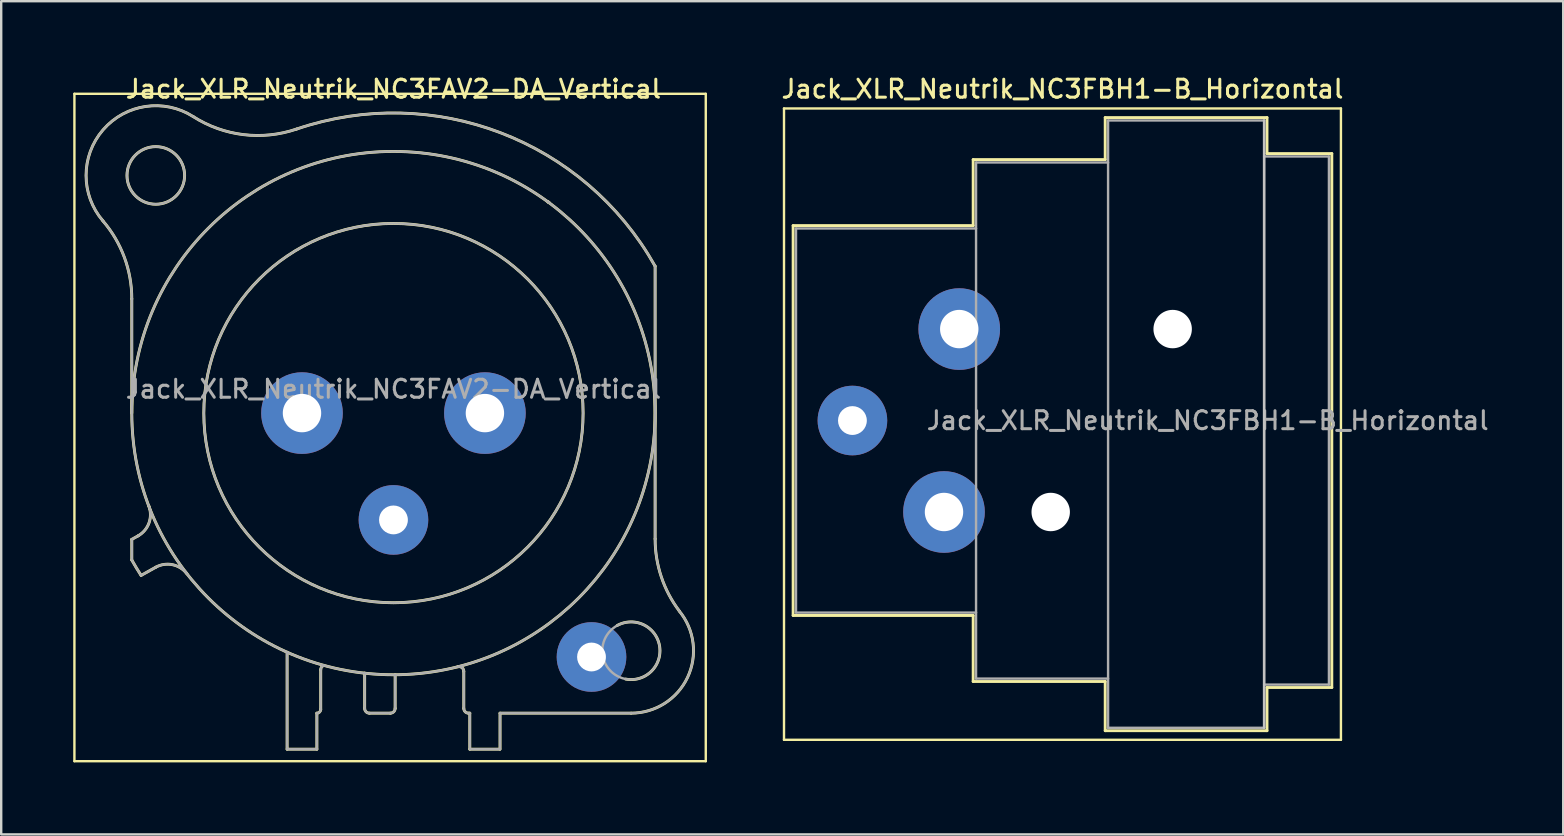
<source format=kicad_pcb>
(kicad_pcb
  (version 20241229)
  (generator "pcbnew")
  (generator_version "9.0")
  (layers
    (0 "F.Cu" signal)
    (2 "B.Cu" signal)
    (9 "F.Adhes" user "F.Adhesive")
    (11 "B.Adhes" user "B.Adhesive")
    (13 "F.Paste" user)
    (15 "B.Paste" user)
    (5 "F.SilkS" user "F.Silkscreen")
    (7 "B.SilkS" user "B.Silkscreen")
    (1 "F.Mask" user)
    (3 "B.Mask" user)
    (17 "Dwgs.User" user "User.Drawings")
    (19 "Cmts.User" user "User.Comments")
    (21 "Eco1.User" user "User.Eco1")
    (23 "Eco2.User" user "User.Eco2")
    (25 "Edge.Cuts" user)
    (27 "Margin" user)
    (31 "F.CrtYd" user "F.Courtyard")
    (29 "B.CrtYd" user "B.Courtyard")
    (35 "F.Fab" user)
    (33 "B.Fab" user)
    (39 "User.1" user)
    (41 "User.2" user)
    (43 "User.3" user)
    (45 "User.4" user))
  (footprint "Jack_XLR_Neutrik_NC3FBH1-B_Horizontal"
    (layer "F.Cu")
    (at 36.909 10.658)
    (property "Reference" "Jack_XLR_Neutrik_NC3FBH1-B_Horizontal" (at 4.3 -10 0) (layer "F.SilkS") (effects (font (size 0.75 0.75) (thickness 0.125))))
    (attr through_hole)
    (fp_line (start -7.3 -9.19) (end -7.3 17.11) (stroke (width 0.1) (type solid)) (layer "F.SilkS"))
    (fp_line (start -6.92 -4.31) (end -6.92 11.93) (stroke (width 0.12) (type solid)) (layer "F.SilkS"))
    (fp_line (start 0.58 -7.06) (end 0.58 -4.31) (stroke (width 0.12) (type solid)) (layer "F.SilkS"))
    (fp_line (start 0.58 -4.31) (end -6.92 -4.31) (stroke (width 0.12) (type solid)) (layer "F.SilkS"))
    (fp_line (start 0.58 11.93) (end -6.92 11.93) (stroke (width 0.12) (type solid)) (layer "F.SilkS"))
    (fp_line (start 0.58 11.93) (end 0.58 14.68) (stroke (width 0.12) (type solid)) (layer "F.SilkS"))
    (fp_line (start 6.08 -7.06) (end 0.58 -7.06) (stroke (width 0.12) (type solid)) (layer "F.SilkS"))
    (fp_line (start 6.08 -7.06) (end 6.08 -8.81) (stroke (width 0.12) (type solid)) (layer "F.SilkS"))
    (fp_line (start 6.08 14.68) (end 0.58 14.68) (stroke (width 0.12) (type solid)) (layer "F.SilkS"))
    (fp_line (start 6.08 16.73) (end 6.08 14.68) (stroke (width 0.12) (type solid)) (layer "F.SilkS"))
    (fp_line (start 12.82 -8.81) (end 6.08 -8.81) (stroke (width 0.12) (type solid)) (layer "F.SilkS"))
    (fp_line (start 12.82 -8.81) (end 12.82 -7.31) (stroke (width 0.12) (type solid)) (layer "F.SilkS"))
    (fp_line (start 12.82 -7.31) (end 15.52 -7.31) (stroke (width 0.12) (type solid)) (layer "F.SilkS"))
    (fp_line (start 12.82 14.93) (end 12.82 16.73) (stroke (width 0.12) (type solid)) (layer "F.SilkS"))
    (fp_line (start 12.82 14.93) (end 15.52 14.93) (stroke (width 0.12) (type solid)) (layer "F.SilkS"))
    (fp_line (start 12.82 16.73) (end 6.08 16.73) (stroke (width 0.12) (type solid)) (layer "F.SilkS"))
    (fp_line (start 15.52 -7.31) (end 15.52 14.93) (stroke (width 0.12) (type solid)) (layer "F.SilkS"))
    (fp_line (start 15.9 -9.19) (end -7.3 -9.19) (stroke (width 0.1) (type solid)) (layer "F.SilkS"))
    (fp_line (start 15.9 -9.19) (end 15.9 17.11) (stroke (width 0.1) (type solid)) (layer "F.SilkS"))
    (fp_line (start 15.9 17.11) (end -7.3 17.11) (stroke (width 0.1) (type solid)) (layer "F.SilkS"))
    (fp_line (start 12.7 -8.69) (end 12.7 16.61) (stroke (width 0.1) (type solid)) (layer "Dwgs.User"))
    (fp_line (start -6.8 -4.19) (end -6.8 11.81) (stroke (width 0.1) (type solid)) (layer "F.Fab"))
    (fp_line (start -6.8 11.81) (end 0.7 11.81) (stroke (width 0.1) (type solid)) (layer "F.Fab"))
    (fp_line (start 0.7 -6.94) (end 0.7 14.56) (stroke (width 0.1) (type solid)) (layer "F.Fab"))
    (fp_line (start 0.7 -4.19) (end -6.8 -4.19) (stroke (width 0.1) (type solid)) (layer "F.Fab"))
    (fp_line (start 0.7 14.56) (end 6.2 14.56) (stroke (width 0.1) (type solid)) (layer "F.Fab"))
    (fp_line (start 6.2 -8.69) (end 12.7 -8.69) (stroke (width 0.1) (type solid)) (layer "F.Fab"))
    (fp_line (start 6.2 -6.94) (end 0.7 -6.94) (stroke (width 0.1) (type solid)) (layer "F.Fab"))
    (fp_line (start 6.2 16.61) (end 6.2 -8.69) (stroke (width 0.1) (type solid)) (layer "F.Fab"))
    (fp_line (start 12.7 -8.69) (end 12.7 16.61) (stroke (width 0.1) (type solid)) (layer "F.Fab"))
    (fp_line (start 12.7 -7.19) (end 15.4 -7.19) (stroke (width 0.1) (type solid)) (layer "F.Fab"))
    (fp_line (start 12.7 16.61) (end 6.2 16.61) (stroke (width 0.1) (type solid)) (layer "F.Fab"))
    (fp_line (start 15.4 -7.19) (end 15.4 14.81) (stroke (width 0.1) (type solid)) (layer "F.Fab"))
    (fp_line (start 15.4 14.81) (end 12.7 14.81) (stroke (width 0.1) (type solid)) (layer "F.Fab"))
    (fp_text user "${REFERENCE}" (at 10.35 3.81 0) (layer "F.Fab") (effects (font (size 0.75 0.75) (thickness 0.125))))
    (pad "" np_thru_hole circle (at 3.81 7.62) (size 1.6 1.6) (drill 1.6) (layers "*.Cu" "*.Mask"))
    (pad "" np_thru_hole circle (at 8.89 0) (size 1.6 1.6) (drill 1.6) (layers "*.Cu" "*.Mask"))
    (pad "1" thru_hole circle (at 0 0) (size 3.4 3.4) (drill 1.6) (layers "*.Cu" "*.Mask"))
    (pad "2" thru_hole circle (at -0.635 7.62) (size 3.4 3.4) (drill 1.6) (layers "*.Cu" "*.Mask"))
    (pad "3" thru_hole circle (at -4.45 3.81) (size 2.9 2.9) (drill 1.2) (layers "*.Cu" "*.Mask")))
  (footprint "Jack_XLR_Neutrik_NC3FAV2-DA_Vertical"
    (layer "F.Cu")
    (at 17.15 14.158)
    (property "Reference" "Jack_XLR_Neutrik_NC3FAV2-DA_Vertical" (at -3.81 -13.5 0) (layer "F.SilkS") (effects (font (size 0.75 0.75) (thickness 0.125))))
    (attr through_hole)
    (fp_line (start -17.1 -13.3) (end 9.2 -13.3) (stroke (width 0.1) (type solid)) (layer "F.SilkS"))
    (fp_line (start -17.1 14.5) (end -17.1 -13.3) (stroke (width 0.1) (type solid)) (layer "F.SilkS"))
    (fp_line (start -14.71 0) (end -14.71 -4.76) (stroke (width 0.12) (type solid)) (layer "F.SilkS"))
    (fp_line (start -14.71 5.26) (end -14.71 6.12) (stroke (width 0.12) (type solid)) (layer "F.SilkS"))
    (fp_line (start -14.44 5.11) (end -14.71 5.26) (stroke (width 0.12) (type solid)) (layer "F.SilkS"))
    (fp_line (start -14.32 6.76) (end -13.71 6.42) (stroke (width 0.12) (type solid)) (layer "F.SilkS"))
    (fp_line (start -8.24 9.96) (end -8.24 14) (stroke (width 0.12) (type solid)) (layer "F.SilkS"))
    (fp_line (start -7 12.5) (end -7 14) (stroke (width 0.12) (type solid)) (layer "F.SilkS"))
    (fp_line (start -7 14) (end -8.24 14) (stroke (width 0.12) (type solid)) (layer "F.SilkS"))
    (fp_line (start -6.84 12.34) (end -6.84 10.69) (stroke (width 0.12) (type solid)) (layer "F.SilkS"))
    (fp_line (start -5.01 10.83) (end -5.01 12.3) (stroke (width 0.12) (type solid)) (layer "F.SilkS"))
    (fp_line (start -3.94 12.5) (end -4.81 12.5) (stroke (width 0.12) (type solid)) (layer "F.SilkS"))
    (fp_line (start -3.74 10.9) (end -3.74 12.3) (stroke (width 0.12) (type solid)) (layer "F.SilkS"))
    (fp_line (start -0.88 12.3) (end -0.88 10.76) (stroke (width 0.12) (type solid)) (layer "F.SilkS"))
    (fp_line (start -0.63 12.5) (end -0.68 12.5) (stroke (width 0.12) (type solid)) (layer "F.SilkS"))
    (fp_line (start -0.63 12.5) (end -0.63 14) (stroke (width 0.12) (type solid)) (layer "F.SilkS"))
    (fp_line (start 0.62 14) (end -0.63 14) (stroke (width 0.12) (type solid)) (layer "F.SilkS"))
    (fp_line (start 0.63 12.5) (end 6.09 12.5) (stroke (width 0.12) (type solid)) (layer "F.SilkS"))
    (fp_line (start 0.63 14) (end 0.63 12.5) (stroke (width 0.12) (type solid)) (layer "F.SilkS"))
    (fp_line (start 7.09 5.24) (end 7.09 -6.12) (stroke (width 0.12) (type solid)) (layer "F.SilkS"))
    (fp_line (start 9.2 -13.3) (end 9.2 14.5) (stroke (width 0.1) (type solid)) (layer "F.SilkS"))
    (fp_line (start 9.2 14.5) (end -17.1 14.5) (stroke (width 0.1) (type solid)) (layer "F.SilkS"))
    (fp_arc (start -15.908829 -8.000856) (mid -15.019313 -6.48774) (end -14.71 -4.76) (stroke (width 0.12) (type solid)) (layer "F.SilkS"))
    (fp_arc (start -15.908236 -8.001617) (mid -15.907486 -11.799251) (end -12.15 -12.35) (stroke (width 0.12) (type solid)) (layer "F.SilkS"))
    (fp_arc (start -14.32314 6.763008) (mid -14.521396 6.444407) (end -14.71 6.12) (stroke (width 0.12) (type solid)) (layer "F.SilkS"))
    (fp_arc (start -14.004283 3.855674) (mid -13.989213 4.56375) (end -14.44 5.11) (stroke (width 0.12) (type solid)) (layer "F.SilkS"))
    (fp_arc (start -13.71 6.42) (mid -13.01025 6.315915) (end -12.412202 6.693832) (stroke (width 0.12) (type solid)) (layer "F.SilkS"))
    (fp_arc (start -7.848035 -11.831177) (mid -10.058192 -11.599923) (end -12.15 -12.35) (stroke (width 0.12) (type solid)) (layer "F.SilkS"))
    (fp_arc (start -7.841153 -11.83276) (mid 0.657009 -11.675197) (end 7.09 -6.12) (stroke (width 0.12) (type solid)) (layer "F.SilkS"))
    (fp_arc (start -6.84 10.69) (mid -6.803713 10.578321) (end -6.708713 10.509299) (stroke (width 0.12) (type solid)) (layer "F.SilkS"))
    (fp_arc (start -6.84 12.34) (mid -6.886863 12.453137) (end -7 12.5) (stroke (width 0.12) (type solid)) (layer "F.SilkS"))
    (fp_arc (start -4.81 12.5) (mid -4.951421 12.441421) (end -5.01 12.3) (stroke (width 0.12) (type solid)) (layer "F.SilkS"))
    (fp_arc (start -3.74 12.3) (mid -3.798579 12.441421) (end -3.94 12.5) (stroke (width 0.12) (type solid)) (layer "F.SilkS"))
    (fp_arc (start -1.1294 10.566197) (mid -0.957281 10.602076) (end -0.88 10.76) (stroke (width 0.12) (type solid)) (layer "F.SilkS"))
    (fp_arc (start -0.68 12.5) (mid -0.821421 12.441421) (end -0.88 12.3) (stroke (width 0.12) (type solid)) (layer "F.SilkS"))
    (fp_arc (start 2.636924 -8.782671) (mid 2.628394 -8.791269) (end 2.62 -8.8) (stroke (width 0.12) (type solid)) (layer "F.SilkS"))
    (fp_arc (start 2.680052 -8.767734) (mid 2.65973 -8.7835) (end 2.64 -8.8) (stroke (width 0.12) (type solid)) (layer "F.SilkS"))
    (fp_arc (start 5.507701 8.848226) (mid 7.277502 9.712546) (end 5.86 11.08) (stroke (width 0.12) (type solid)) (layer "F.SilkS"))
    (fp_arc (start 8.095865 8.245761) (mid 8.441704 11.008824) (end 6.09 12.5) (stroke (width 0.12) (type solid)) (layer "F.SilkS"))
    (fp_arc (start 8.098032 8.243976) (mid 7.348729 6.824298) (end 7.09 5.24) (stroke (width 0.12) (type solid)) (layer "F.SilkS"))
    (fp_circle (center -13.71 -9.9) (end -12.51 -9.9) (stroke (width 0.12) (type solid)) (fill no) (layer "F.SilkS"))
    (fp_circle (center -3.81 0) (end 4.09 0) (stroke (width 0.12) (type solid)) (fill no) (layer "F.SilkS"))
    (fp_circle (center -3.81 0) (end 7.09 0) (stroke (width 0.12) (type solid)) (fill no) (layer "F.SilkS"))
    (fp_line (start -14.71 0) (end -14.71 -4.76) (stroke (width 0.1) (type solid)) (layer "F.Fab"))
    (fp_line (start -14.71 5.26) (end -14.71 6.12) (stroke (width 0.1) (type solid)) (layer "F.Fab"))
    (fp_line (start -14.44 5.11) (end -14.71 5.26) (stroke (width 0.1) (type solid)) (layer "F.Fab"))
    (fp_line (start -14.32 6.76) (end -13.71 6.42) (stroke (width 0.1) (type solid)) (layer "F.Fab"))
    (fp_line (start -8.24 9.96) (end -8.24 14) (stroke (width 0.1) (type solid)) (layer "F.Fab"))
    (fp_line (start -7 12.5) (end -7 14) (stroke (width 0.1) (type solid)) (layer "F.Fab"))
    (fp_line (start -7 14) (end -8.24 14) (stroke (width 0.1) (type solid)) (layer "F.Fab"))
    (fp_line (start -6.84 12.34) (end -6.84 10.69) (stroke (width 0.1) (type solid)) (layer "F.Fab"))
    (fp_line (start -5.01 10.83) (end -5.01 12.3) (stroke (width 0.1) (type solid)) (layer "F.Fab"))
    (fp_line (start -3.94 12.5) (end -4.81 12.5) (stroke (width 0.1) (type solid)) (layer "F.Fab"))
    (fp_line (start -3.74 10.9) (end -3.74 12.3) (stroke (width 0.1) (type solid)) (layer "F.Fab"))
    (fp_line (start -0.88 12.3) (end -0.88 10.76) (stroke (width 0.1) (type solid)) (layer "F.Fab"))
    (fp_line (start -0.63 12.5) (end -0.68 12.5) (stroke (width 0.1) (type solid)) (layer "F.Fab"))
    (fp_line (start -0.63 12.5) (end -0.63 14) (stroke (width 0.1) (type solid)) (layer "F.Fab"))
    (fp_line (start 0.62 14) (end -0.63 14) (stroke (width 0.1) (type solid)) (layer "F.Fab"))
    (fp_line (start 0.63 12.5) (end 6.09 12.5) (stroke (width 0.1) (type solid)) (layer "F.Fab"))
    (fp_line (start 0.63 14) (end 0.63 12.5) (stroke (width 0.1) (type solid)) (layer "F.Fab"))
    (fp_line (start 7.09 5.24) (end 7.09 -6.12) (stroke (width 0.1) (type solid)) (layer "F.Fab"))
    (fp_arc (start -15.908829 -8.000856) (mid -15.019313 -6.48774) (end -14.71 -4.76) (stroke (width 0.1) (type solid)) (layer "F.Fab"))
    (fp_arc (start -15.908236 -8.001617) (mid -15.907486 -11.799251) (end -12.15 -12.35) (stroke (width 0.1) (type solid)) (layer "F.Fab"))
    (fp_arc (start -14.32314 6.763008) (mid -14.521396 6.444407) (end -14.71 6.12) (stroke (width 0.1) (type solid)) (layer "F.Fab"))
    (fp_arc (start -14.004283 3.855674) (mid -13.989213 4.56375) (end -14.44 5.11) (stroke (width 0.1) (type solid)) (layer "F.Fab"))
    (fp_arc (start -13.71 6.42) (mid -13.01025 6.315915) (end -12.412202 6.693832) (stroke (width 0.1) (type solid)) (layer "F.Fab"))
    (fp_arc (start -7.848035 -11.831177) (mid -10.058192 -11.599923) (end -12.15 -12.35) (stroke (width 0.1) (type solid)) (layer "F.Fab"))
    (fp_arc (start -7.841153 -11.83276) (mid 0.657009 -11.675197) (end 7.09 -6.12) (stroke (width 0.1) (type solid)) (layer "F.Fab"))
    (fp_arc (start -6.84 10.69) (mid -6.803713 10.578321) (end -6.708713 10.509299) (stroke (width 0.1) (type solid)) (layer "F.Fab"))
    (fp_arc (start -6.84 12.34) (mid -6.886863 12.453137) (end -7 12.5) (stroke (width 0.1) (type solid)) (layer "F.Fab"))
    (fp_arc (start -4.81 12.5) (mid -4.951421 12.441421) (end -5.01 12.3) (stroke (width 0.1) (type solid)) (layer "F.Fab"))
    (fp_arc (start -3.74 12.3) (mid -3.798579 12.441421) (end -3.94 12.5) (stroke (width 0.1) (type solid)) (layer "F.Fab"))
    (fp_arc (start -1.1294 10.566197) (mid -0.957281 10.602076) (end -0.88 10.76) (stroke (width 0.1) (type solid)) (layer "F.Fab"))
    (fp_arc (start -0.68 12.5) (mid -0.821421 12.441421) (end -0.88 12.3) (stroke (width 0.1) (type solid)) (layer "F.Fab"))
    (fp_arc (start 2.636924 -8.782671) (mid 2.628394 -8.791269) (end 2.62 -8.8) (stroke (width 0.1) (type solid)) (layer "F.Fab"))
    (fp_arc (start 2.680052 -8.767734) (mid 2.65973 -8.7835) (end 2.64 -8.8) (stroke (width 0.1) (type solid)) (layer "F.Fab"))
    (fp_arc (start 8.095865 8.245761) (mid 8.441704 11.008824) (end 6.09 12.5) (stroke (width 0.1) (type solid)) (layer "F.Fab"))
    (fp_arc (start 8.098032 8.243976) (mid 7.348729 6.824298) (end 7.09 5.24) (stroke (width 0.1) (type solid)) (layer "F.Fab"))
    (fp_circle (center -13.71 -9.9) (end -12.51 -9.9) (stroke (width 0.1) (type solid)) (fill no) (layer "F.Fab"))
    (fp_circle (center -3.81 0) (end 4.09 0) (stroke (width 0.1) (type solid)) (fill no) (layer "F.Fab"))
    (fp_circle (center -3.81 0) (end 7.09 0) (stroke (width 0.1) (type solid)) (fill no) (layer "F.Fab"))
    (fp_circle (center 6.09 9.9) (end 7.29 9.9) (stroke (width 0.1) (type solid)) (fill no) (layer "F.Fab"))
    (fp_text user "${REFERENCE}" (at -3.81 -1 0) (layer "F.Fab") (effects (font (size 0.75 0.75) (thickness 0.125))))
    (pad "1" thru_hole circle (at 0 0) (size 3.4 3.4) (drill 1.6) (layers "*.Cu" "*.Mask"))
    (pad "2" thru_hole circle (at -7.62 0) (size 3.4 3.4) (drill 1.6) (layers "*.Cu" "*.Mask"))
    (pad "3" thru_hole circle (at -3.81 4.45) (size 2.9 2.9) (drill 1.2) (layers "*.Cu" "*.Mask"))
    (pad "G" thru_hole circle (at 4.44 10.16) (size 2.9 2.9) (drill 1.2) (layers "*.Cu" "*.Mask")))
  (gr_rect
    (start -3 -3)
    (end 62.068 31.708)
    (stroke (width 0.1) (type default))
    (fill no)
    (layer "Edge.Cuts")))
</source>
